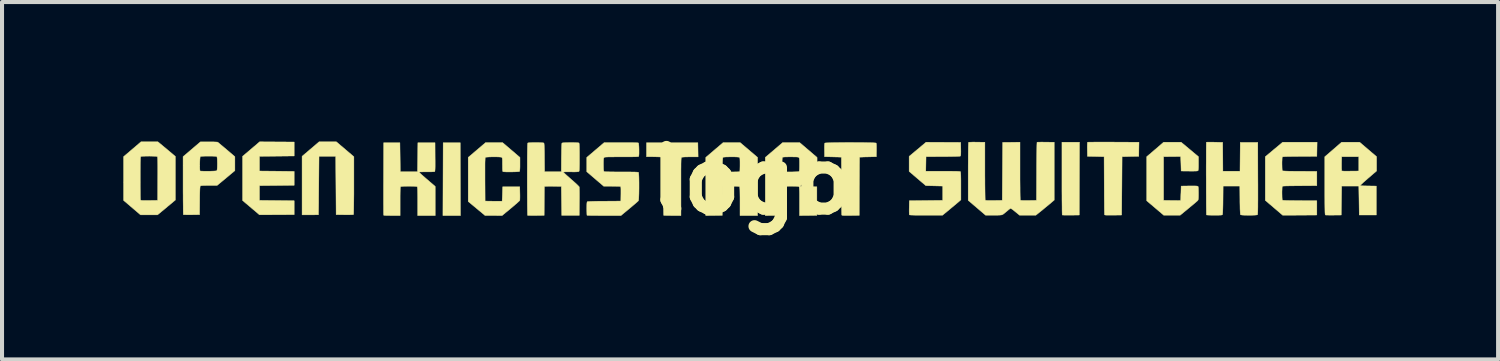
<source format=kicad_pcb>
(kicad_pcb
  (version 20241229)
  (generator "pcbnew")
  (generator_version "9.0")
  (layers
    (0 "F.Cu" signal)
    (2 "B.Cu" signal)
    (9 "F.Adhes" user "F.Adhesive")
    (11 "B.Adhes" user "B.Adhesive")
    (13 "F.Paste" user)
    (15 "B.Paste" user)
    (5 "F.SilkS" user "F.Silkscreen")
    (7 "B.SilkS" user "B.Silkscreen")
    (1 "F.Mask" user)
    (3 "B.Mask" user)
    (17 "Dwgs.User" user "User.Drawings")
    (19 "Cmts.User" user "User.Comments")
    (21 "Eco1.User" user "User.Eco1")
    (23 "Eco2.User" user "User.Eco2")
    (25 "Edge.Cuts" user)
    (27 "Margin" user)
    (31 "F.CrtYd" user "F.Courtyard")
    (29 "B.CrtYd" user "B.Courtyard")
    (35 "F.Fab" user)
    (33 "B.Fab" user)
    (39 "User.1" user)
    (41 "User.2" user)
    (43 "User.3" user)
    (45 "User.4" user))
  (footprint "logo"
    (layer "F.Cu")
    (at 15.531 1.418)
    (property "Reference" "logo" (at 0 0 0) (layer "F.SilkS") (effects (font (size 1.524 1.524) (thickness 0.3))))
    (attr through_hole)
    (fp_poly (pts (xy -7.199 -0.039) (xy -7.197 0.862) (xy -7.631 0.862) (xy -7.628 -0.039) (xy -7.625 -0.939) (xy -7.202 -0.939) (xy -7.199 -0.039)) (stroke (width 0.01) (type solid)) (fill yes) (layer "F.SilkS"))
    (fp_poly (pts (xy -11.308 -0.957) (xy -11.308 -0.612) (xy -12.166 -0.603) (xy -12.166 -0.24) (xy -11.737 -0.236) (xy -11.308 -0.231) (xy -11.308 0.113) (xy -11.737 0.118) (xy -12.166 0.122) (xy -12.166 0.485) (xy -11.308 0.494) (xy -11.308 0.839) (xy -11.737 0.841) (xy -12.166 0.843) (xy -12.375 0.666) (xy -12.584 0.489) (xy -12.584 -0.604) (xy -12.373 -0.783) (xy -12.163 -0.962) (xy -11.308 -0.957)) (stroke (width 0.01) (type solid)) (fill yes) (layer "F.SilkS"))
    (fp_poly (pts (xy 8.102 0.848) (xy 7.895 0.851) (xy 7.83 0.851) (xy 7.773 0.851) (xy 7.727 0.85) (xy 7.695 0.849) (xy 7.681 0.847) (xy 7.68 0.847) (xy 7.679 0.837) (xy 7.678 0.81) (xy 7.677 0.768) (xy 7.676 0.711) (xy 7.676 0.641) (xy 7.675 0.559) (xy 7.674 0.467) (xy 7.674 0.364) (xy 7.673 0.254) (xy 7.673 0.136) (xy 7.673 0.013) (xy 7.673 -0.056) (xy 7.673 -0.953) (xy 8.107 -0.953) (xy 8.102 0.848)) (stroke (width 0.01) (type solid)) (fill yes) (layer "F.SilkS"))
    (fp_poly (pts (xy 8.839 -0.955) (xy 8.947 -0.955) (xy 9.578 -0.952) (xy 9.575 -0.778) (xy 9.573 -0.603) (xy 9.366 -0.599) (xy 9.16 -0.594) (xy 9.155 0.127) (xy 9.149 0.848) (xy 8.94 0.851) (xy 8.865 0.851) (xy 8.808 0.851) (xy 8.768 0.85) (xy 8.742 0.848) (xy 8.729 0.844) (xy 8.726 0.842) (xy 8.725 0.831) (xy 8.724 0.803) (xy 8.723 0.761) (xy 8.722 0.704) (xy 8.721 0.635) (xy 8.721 0.554) (xy 8.72 0.464) (xy 8.719 0.366) (xy 8.719 0.26) (xy 8.718 0.149) (xy 8.718 0.118) (xy 8.715 -0.594) (xy 8.509 -0.599) (xy 8.303 -0.603) (xy 8.3 -0.775) (xy 8.299 -0.832) (xy 8.3 -0.881) (xy 8.301 -0.919) (xy 8.304 -0.943) (xy 8.307 -0.952) (xy 8.319 -0.953) (xy 8.35 -0.954) (xy 8.399 -0.954) (xy 8.463 -0.955) (xy 8.541 -0.955) (xy 8.631 -0.955) (xy 8.731 -0.955) (xy 8.839 -0.955)) (stroke (width 0.01) (type solid)) (fill yes) (layer "F.SilkS"))
    (fp_poly (pts (xy -10.048 -0.778) (xy -9.832 -0.594) (xy -9.832 0.113) (xy -9.832 0.225) (xy -9.832 0.332) (xy -9.833 0.432) (xy -9.834 0.524) (xy -9.835 0.607) (xy -9.836 0.679) (xy -9.837 0.739) (xy -9.838 0.785) (xy -9.839 0.817) (xy -9.84 0.832) (xy -9.841 0.833) (xy -9.849 0.837) (xy -9.868 0.84) (xy -9.9 0.841) (xy -9.947 0.842) (xy -10.012 0.842) (xy -10.06 0.842) (xy -10.271 0.839) (xy -10.276 0.118) (xy -10.282 -0.603) (xy -10.694 -0.603) (xy -10.7 0.118) (xy -10.701 0.231) (xy -10.702 0.338) (xy -10.703 0.439) (xy -10.703 0.531) (xy -10.704 0.614) (xy -10.705 0.687) (xy -10.706 0.747) (xy -10.707 0.793) (xy -10.707 0.825) (xy -10.708 0.84) (xy -10.708 0.841) (xy -10.719 0.842) (xy -10.747 0.843) (xy -10.791 0.843) (xy -10.845 0.844) (xy -10.908 0.844) (xy -10.911 0.844) (xy -11.113 0.844) (xy -11.113 -0.604) (xy -10.693 -0.962) (xy -10.265 -0.962) (xy -10.048 -0.778)) (stroke (width 0.01) (type solid)) (fill yes) (layer "F.SilkS"))
    (fp_poly (pts (xy -1.322 -0.59) (xy -1.514 -0.59) (xy -1.582 -0.589) (xy -1.641 -0.588) (xy -1.687 -0.585) (xy -1.716 -0.582) (xy -1.726 -0.58) (xy -1.73 -0.578) (xy -1.733 -0.575) (xy -1.736 -0.568) (xy -1.738 -0.558) (xy -1.74 -0.543) (xy -1.742 -0.522) (xy -1.743 -0.494) (xy -1.744 -0.457) (xy -1.745 -0.41) (xy -1.745 -0.352) (xy -1.746 -0.282) (xy -1.746 -0.198) (xy -1.746 -0.1) (xy -1.746 0.013) (xy -1.746 0.144) (xy -1.746 0.862) (xy -1.956 0.862) (xy -2.021 0.861) (xy -2.078 0.861) (xy -2.125 0.859) (xy -2.157 0.858) (xy -2.173 0.856) (xy -2.173 0.856) (xy -2.174 0.846) (xy -2.175 0.819) (xy -2.176 0.777) (xy -2.177 0.722) (xy -2.178 0.653) (xy -2.179 0.573) (xy -2.179 0.484) (xy -2.18 0.386) (xy -2.18 0.281) (xy -2.18 0.17) (xy -2.18 0.14) (xy -2.18 0.006) (xy -2.18 -0.111) (xy -2.181 -0.212) (xy -2.181 -0.298) (xy -2.182 -0.37) (xy -2.183 -0.43) (xy -2.184 -0.478) (xy -2.185 -0.515) (xy -2.187 -0.543) (xy -2.189 -0.562) (xy -2.191 -0.574) (xy -2.194 -0.579) (xy -2.194 -0.579) (xy -2.21 -0.583) (xy -2.246 -0.587) (xy -2.299 -0.589) (xy -2.368 -0.591) (xy -2.403 -0.592) (xy -2.598 -0.594) (xy -2.598 -0.939) (xy -1.328 -0.939) (xy -1.322 -0.59)) (stroke (width 0.01) (type solid)) (fill yes) (layer "F.SilkS"))
    (fp_poly (pts (xy 15.452 -0.595) (xy 15.452 -0.241) (xy 15.243 -0.062) (xy 15.174 -0.001) (xy 15.119 0.047) (xy 15.08 0.084) (xy 15.057 0.108) (xy 15.049 0.12) (xy 15.05 0.122) (xy 15.065 0.124) (xy 15.098 0.125) (xy 15.144 0.127) (xy 15.201 0.128) (xy 15.256 0.129) (xy 15.446 0.132) (xy 15.446 0.848) (xy 15.023 0.848) (xy 15.018 0.49) (xy 15.012 0.132) (xy 14.589 0.132) (xy 14.584 0.49) (xy 14.579 0.848) (xy 14.388 0.85) (xy 14.326 0.85) (xy 14.271 0.85) (xy 14.226 0.849) (xy 14.196 0.848) (xy 14.184 0.847) (xy 14.182 0.842) (xy 14.18 0.83) (xy 14.178 0.81) (xy 14.176 0.78) (xy 14.175 0.739) (xy 14.174 0.687) (xy 14.173 0.623) (xy 14.172 0.544) (xy 14.172 0.452) (xy 14.171 0.344) (xy 14.171 0.219) (xy 14.171 0.124) (xy 14.171 -0.325) (xy 14.586 -0.325) (xy 14.586 -0.286) (xy 14.587 -0.259) (xy 14.589 -0.247) (xy 14.595 -0.243) (xy 14.611 -0.24) (xy 14.639 -0.238) (xy 14.682 -0.237) (xy 14.742 -0.237) (xy 14.803 -0.238) (xy 15.012 -0.24) (xy 15.012 -0.594) (xy 14.589 -0.594) (xy 14.586 -0.427) (xy 14.586 -0.373) (xy 14.586 -0.325) (xy 14.171 -0.325) (xy 14.171 -0.593) (xy 14.38 -0.773) (xy 14.588 -0.953) (xy 15.032 -0.953) (xy 15.452 -0.595)) (stroke (width 0.01) (type solid)) (fill yes) (layer "F.SilkS"))
    (fp_poly (pts (xy 13.975 -0.603) (xy 13.553 -0.601) (xy 13.44 -0.6) (xy 13.348 -0.599) (xy 13.273 -0.598) (xy 13.216 -0.597) (xy 13.173 -0.595) (xy 13.144 -0.593) (xy 13.127 -0.59) (xy 13.121 -0.587) (xy 13.119 -0.575) (xy 13.116 -0.548) (xy 13.115 -0.508) (xy 13.113 -0.461) (xy 13.113 -0.417) (xy 13.114 -0.365) (xy 13.115 -0.318) (xy 13.117 -0.281) (xy 13.119 -0.256) (xy 13.121 -0.247) (xy 13.129 -0.244) (xy 13.147 -0.242) (xy 13.177 -0.24) (xy 13.221 -0.238) (xy 13.281 -0.236) (xy 13.357 -0.235) (xy 13.452 -0.234) (xy 13.553 -0.234) (xy 13.975 -0.231) (xy 13.975 0.122) (xy 13.553 0.125) (xy 13.44 0.126) (xy 13.348 0.127) (xy 13.273 0.128) (xy 13.216 0.129) (xy 13.173 0.131) (xy 13.144 0.133) (xy 13.127 0.136) (xy 13.121 0.138) (xy 13.119 0.151) (xy 13.116 0.178) (xy 13.115 0.217) (xy 13.113 0.265) (xy 13.113 0.308) (xy 13.114 0.361) (xy 13.115 0.407) (xy 13.117 0.444) (xy 13.119 0.469) (xy 13.121 0.478) (xy 13.129 0.481) (xy 13.147 0.484) (xy 13.177 0.486) (xy 13.221 0.488) (xy 13.281 0.489) (xy 13.357 0.49) (xy 13.452 0.491) (xy 13.553 0.492) (xy 13.975 0.494) (xy 13.975 0.848) (xy 13.553 0.851) (xy 13.13 0.853) (xy 12.7 0.486) (xy 12.7 -0.054) (xy 12.7 -0.594) (xy 12.914 -0.773) (xy 13.129 -0.952) (xy 13.555 -0.952) (xy 13.981 -0.953) (xy 13.975 -0.603)) (stroke (width 0.01) (type solid)) (fill yes) (layer "F.SilkS"))
    (fp_poly (pts (xy 5.17 -0.948) (xy 5.173 -0.784) (xy 5.174 -0.722) (xy 5.173 -0.677) (xy 5.172 -0.645) (xy 5.169 -0.624) (xy 5.164 -0.612) (xy 5.161 -0.609) (xy 5.149 -0.606) (xy 5.119 -0.604) (xy 5.072 -0.601) (xy 5.007 -0.6) (xy 4.923 -0.598) (xy 4.818 -0.597) (xy 4.73 -0.597) (xy 4.313 -0.594) (xy 4.31 -0.415) (xy 4.307 -0.236) (xy 4.728 -0.236) (xy 4.842 -0.236) (xy 4.936 -0.235) (xy 5.012 -0.234) (xy 5.071 -0.233) (xy 5.114 -0.231) (xy 5.142 -0.229) (xy 5.159 -0.227) (xy 5.163 -0.225) (xy 5.166 -0.217) (xy 5.169 -0.198) (xy 5.171 -0.168) (xy 5.173 -0.125) (xy 5.174 -0.068) (xy 5.175 0.004) (xy 5.175 0.093) (xy 5.175 0.13) (xy 5.175 0.473) (xy 5.12 0.521) (xy 5.095 0.542) (xy 5.059 0.573) (xy 5.013 0.611) (xy 4.962 0.653) (xy 4.909 0.698) (xy 4.893 0.711) (xy 4.721 0.853) (xy 4.313 0.853) (xy 4.205 0.853) (xy 4.116 0.852) (xy 4.045 0.852) (xy 3.991 0.85) (xy 3.95 0.849) (xy 3.923 0.847) (xy 3.907 0.845) (xy 3.9 0.842) (xy 3.899 0.841) (xy 3.898 0.829) (xy 3.897 0.801) (xy 3.896 0.762) (xy 3.896 0.713) (xy 3.897 0.662) (xy 3.9 0.494) (xy 4.725 0.485) (xy 4.725 0.132) (xy 4.517 0.127) (xy 4.308 0.122) (xy 4.101 -0.054) (xy 3.895 -0.231) (xy 3.895 -0.602) (xy 4.104 -0.777) (xy 4.313 -0.952) (xy 5.17 -0.948)) (stroke (width 0.01) (type solid)) (fill yes) (layer "F.SilkS"))
    (fp_poly (pts (xy -14.527 -0.838) (xy -14.475 -0.795) (xy -14.424 -0.752) (xy -14.376 -0.712) (xy -14.337 -0.679) (xy -14.311 -0.657) (xy -14.245 -0.601) (xy -14.245 0.477) (xy -14.38 0.59) (xy -14.432 0.633) (xy -14.486 0.679) (xy -14.537 0.721) (xy -14.582 0.758) (xy -14.601 0.774) (xy -14.687 0.844) (xy -15.107 0.844) (xy -15.526 0.486) (xy -15.526 -0.062) (xy -15.113 -0.062) (xy -15.113 0.034) (xy -15.113 0.125) (xy -15.112 0.209) (xy -15.111 0.284) (xy -15.111 0.35) (xy -15.11 0.403) (xy -15.109 0.443) (xy -15.107 0.468) (xy -15.106 0.476) (xy -15.102 0.481) (xy -15.092 0.484) (xy -15.074 0.487) (xy -15.045 0.488) (xy -15.002 0.489) (xy -14.942 0.488) (xy -14.892 0.488) (xy -14.684 0.485) (xy -14.682 -0.049) (xy -14.681 -0.171) (xy -14.681 -0.276) (xy -14.681 -0.365) (xy -14.682 -0.438) (xy -14.683 -0.496) (xy -14.684 -0.54) (xy -14.686 -0.571) (xy -14.689 -0.589) (xy -14.691 -0.595) (xy -14.706 -0.6) (xy -14.737 -0.604) (xy -14.782 -0.606) (xy -14.835 -0.608) (xy -14.892 -0.609) (xy -14.95 -0.608) (xy -15.004 -0.607) (xy -15.049 -0.605) (xy -15.083 -0.602) (xy -15.1 -0.597) (xy -15.1 -0.597) (xy -15.103 -0.59) (xy -15.106 -0.573) (xy -15.108 -0.546) (xy -15.109 -0.508) (xy -15.111 -0.457) (xy -15.112 -0.392) (xy -15.112 -0.312) (xy -15.113 -0.217) (xy -15.113 -0.105) (xy -15.113 -0.062) (xy -15.526 -0.062) (xy -15.526 -0.595) (xy -15.311 -0.778) (xy -15.096 -0.962) (xy -14.677 -0.962) (xy -14.527 -0.838)) (stroke (width 0.01) (type solid)) (fill yes) (layer "F.SilkS"))
    (fp_poly (pts (xy 10.404 -0.952) (xy 10.62 -0.952) (xy 10.835 -0.773) (xy 11.049 -0.594) (xy 11.049 -0.425) (xy 11.049 -0.363) (xy 11.048 -0.316) (xy 11.045 -0.283) (xy 11.042 -0.261) (xy 11.038 -0.249) (xy 11.034 -0.246) (xy 11.019 -0.242) (xy 10.987 -0.239) (xy 10.936 -0.238) (xy 10.866 -0.237) (xy 10.82 -0.238) (xy 10.62 -0.24) (xy 10.615 -0.417) (xy 10.613 -0.472) (xy 10.611 -0.52) (xy 10.609 -0.559) (xy 10.608 -0.585) (xy 10.607 -0.596) (xy 10.607 -0.597) (xy 10.596 -0.597) (xy 10.567 -0.598) (xy 10.524 -0.598) (xy 10.469 -0.597) (xy 10.406 -0.597) (xy 10.395 -0.597) (xy 10.186 -0.594) (xy 10.186 0.485) (xy 10.395 0.488) (xy 10.46 0.488) (xy 10.516 0.489) (xy 10.561 0.489) (xy 10.592 0.488) (xy 10.606 0.488) (xy 10.607 0.488) (xy 10.607 0.478) (xy 10.609 0.454) (xy 10.611 0.416) (xy 10.612 0.369) (xy 10.614 0.315) (xy 10.615 0.308) (xy 10.62 0.132) (xy 10.82 0.129) (xy 10.901 0.129) (xy 10.962 0.129) (xy 11.004 0.131) (xy 11.028 0.135) (xy 11.034 0.137) (xy 11.04 0.145) (xy 11.044 0.161) (xy 11.047 0.188) (xy 11.048 0.227) (xy 11.049 0.282) (xy 11.049 0.308) (xy 11.049 0.367) (xy 11.048 0.41) (xy 11.046 0.441) (xy 11.043 0.462) (xy 11.039 0.476) (xy 11.033 0.487) (xy 11.028 0.492) (xy 11.015 0.504) (xy 10.989 0.527) (xy 10.952 0.559) (xy 10.906 0.597) (xy 10.854 0.64) (xy 10.801 0.684) (xy 10.595 0.853) (xy 10.189 0.853) (xy 9.979 0.674) (xy 9.768 0.495) (xy 9.768 -0.594) (xy 9.978 -0.773) (xy 10.187 -0.953) (xy 10.404 -0.952)) (stroke (width 0.01) (type solid)) (fill yes) (layer "F.SilkS"))
    (fp_poly (pts (xy -8.689 -0.581) (xy -8.684 -0.222) (xy -8.26 -0.222) (xy -8.255 -0.581) (xy -8.25 -0.939) (xy -7.826 -0.939) (xy -7.824 -0.586) (xy -7.823 -0.492) (xy -7.823 -0.415) (xy -7.823 -0.354) (xy -7.824 -0.306) (xy -7.826 -0.271) (xy -7.828 -0.246) (xy -7.83 -0.232) (xy -7.834 -0.225) (xy -7.834 -0.225) (xy -7.849 -0.223) (xy -7.881 -0.221) (xy -7.926 -0.219) (xy -7.982 -0.219) (xy -8.031 -0.219) (xy -8.091 -0.219) (xy -8.143 -0.218) (xy -8.185 -0.217) (xy -8.212 -0.216) (xy -8.221 -0.214) (xy -8.215 -0.206) (xy -8.197 -0.188) (xy -8.167 -0.159) (xy -8.127 -0.124) (xy -8.08 -0.082) (xy -8.027 -0.036) (xy -8.024 -0.034) (xy -7.821 0.141) (xy -7.821 0.862) (xy -8.255 0.862) (xy -8.255 0.51) (xy -8.255 0.414) (xy -8.256 0.334) (xy -8.257 0.271) (xy -8.258 0.222) (xy -8.26 0.186) (xy -8.263 0.162) (xy -8.266 0.149) (xy -8.268 0.147) (xy -8.283 0.143) (xy -8.315 0.14) (xy -8.36 0.137) (xy -8.413 0.136) (xy -8.471 0.135) (xy -8.529 0.136) (xy -8.582 0.137) (xy -8.627 0.14) (xy -8.66 0.143) (xy -8.676 0.147) (xy -8.676 0.147) (xy -8.68 0.155) (xy -8.683 0.173) (xy -8.685 0.203) (xy -8.687 0.246) (xy -8.688 0.303) (xy -8.689 0.375) (xy -8.689 0.463) (xy -8.689 0.51) (xy -8.689 0.862) (xy -8.89 0.862) (xy -8.965 0.861) (xy -9.021 0.86) (xy -9.06 0.859) (xy -9.084 0.856) (xy -9.096 0.852) (xy -9.097 0.85) (xy -9.097 0.84) (xy -9.098 0.813) (xy -9.099 0.77) (xy -9.099 0.712) (xy -9.099 0.642) (xy -9.1 0.559) (xy -9.1 0.466) (xy -9.1 0.363) (xy -9.1 0.253) (xy -9.1 0.135) (xy -9.099 0.012) (xy -9.099 -0.05) (xy -9.096 -0.939) (xy -8.694 -0.939) (xy -8.689 -0.581)) (stroke (width 0.01) (type solid)) (fill yes) (layer "F.SilkS"))
    (fp_poly (pts (xy -0.067 -0.76) (xy 0.148 -0.577) (xy 0.148 0.862) (xy -0.286 0.862) (xy -0.286 0.51) (xy -0.286 0.414) (xy -0.287 0.334) (xy -0.288 0.271) (xy -0.289 0.222) (xy -0.291 0.186) (xy -0.294 0.162) (xy -0.297 0.149) (xy -0.298 0.147) (xy -0.314 0.143) (xy -0.346 0.139) (xy -0.391 0.137) (xy -0.444 0.136) (xy -0.502 0.135) (xy -0.559 0.136) (xy -0.613 0.137) (xy -0.658 0.14) (xy -0.691 0.143) (xy -0.707 0.148) (xy -0.708 0.148) (xy -0.711 0.16) (xy -0.714 0.187) (xy -0.717 0.23) (xy -0.719 0.29) (xy -0.721 0.367) (xy -0.722 0.462) (xy -0.722 0.509) (xy -0.725 0.857) (xy -0.929 0.86) (xy -1.132 0.862) (xy -1.132 -0.359) (xy -0.72 -0.359) (xy -0.72 -0.312) (xy -0.719 -0.272) (xy -0.717 -0.242) (xy -0.714 -0.226) (xy -0.713 -0.224) (xy -0.7 -0.222) (xy -0.67 -0.22) (xy -0.626 -0.219) (xy -0.57 -0.218) (xy -0.507 -0.218) (xy -0.502 -0.218) (xy -0.431 -0.218) (xy -0.377 -0.219) (xy -0.34 -0.22) (xy -0.315 -0.222) (xy -0.301 -0.225) (xy -0.294 -0.23) (xy -0.292 -0.232) (xy -0.29 -0.245) (xy -0.288 -0.274) (xy -0.287 -0.314) (xy -0.286 -0.362) (xy -0.286 -0.409) (xy -0.286 -0.467) (xy -0.287 -0.509) (xy -0.288 -0.539) (xy -0.291 -0.558) (xy -0.295 -0.57) (xy -0.3 -0.577) (xy -0.306 -0.58) (xy -0.325 -0.584) (xy -0.36 -0.587) (xy -0.406 -0.589) (xy -0.46 -0.59) (xy -0.518 -0.59) (xy -0.574 -0.589) (xy -0.626 -0.588) (xy -0.668 -0.585) (xy -0.697 -0.582) (xy -0.707 -0.579) (xy -0.711 -0.567) (xy -0.714 -0.54) (xy -0.717 -0.503) (xy -0.719 -0.458) (xy -0.72 -0.409) (xy -0.72 -0.359) (xy -1.132 -0.359) (xy -1.132 -0.577) (xy -0.918 -0.76) (xy -0.703 -0.943) (xy -0.283 -0.943) (xy -0.067 -0.76)) (stroke (width 0.01) (type solid)) (fill yes) (layer "F.SilkS"))
    (fp_poly (pts (xy 2.518 -0.945) (xy 2.617 -0.944) (xy 2.712 -0.944) (xy 2.802 -0.943) (xy 2.882 -0.941) (xy 2.952 -0.94) (xy 3.009 -0.938) (xy 3.05 -0.935) (xy 3.074 -0.933) (xy 3.079 -0.931) (xy 3.084 -0.918) (xy 3.087 -0.889) (xy 3.088 -0.845) (xy 3.088 -0.784) (xy 3.088 -0.756) (xy 3.085 -0.594) (xy 2.879 -0.589) (xy 2.815 -0.588) (xy 2.759 -0.586) (xy 2.714 -0.584) (xy 2.683 -0.583) (xy 2.67 -0.582) (xy 2.67 -0.582) (xy 2.669 -0.573) (xy 2.669 -0.547) (xy 2.668 -0.506) (xy 2.668 -0.451) (xy 2.667 -0.383) (xy 2.667 -0.303) (xy 2.666 -0.214) (xy 2.666 -0.116) (xy 2.665 -0.011) (xy 2.665 0.1) (xy 2.664 0.138) (xy 2.662 0.857) (xy 2.449 0.86) (xy 2.376 0.86) (xy 2.321 0.86) (xy 2.282 0.86) (xy 2.256 0.858) (xy 2.24 0.855) (xy 2.232 0.851) (xy 2.229 0.848) (xy 2.228 0.836) (xy 2.227 0.809) (xy 2.226 0.765) (xy 2.225 0.708) (xy 2.224 0.639) (xy 2.224 0.558) (xy 2.223 0.468) (xy 2.223 0.369) (xy 2.223 0.264) (xy 2.223 0.153) (xy 2.223 0.126) (xy 2.222 0.015) (xy 2.222 -0.091) (xy 2.222 -0.191) (xy 2.222 -0.282) (xy 2.222 -0.364) (xy 2.221 -0.435) (xy 2.221 -0.493) (xy 2.221 -0.538) (xy 2.22 -0.568) (xy 2.22 -0.582) (xy 2.22 -0.582) (xy 2.209 -0.583) (xy 2.18 -0.584) (xy 2.137 -0.586) (xy 2.082 -0.587) (xy 2.019 -0.589) (xy 2.011 -0.589) (xy 1.804 -0.594) (xy 1.802 -0.756) (xy 1.801 -0.824) (xy 1.802 -0.875) (xy 1.805 -0.909) (xy 1.809 -0.928) (xy 1.811 -0.931) (xy 1.824 -0.934) (xy 1.856 -0.936) (xy 1.905 -0.938) (xy 1.967 -0.94) (xy 2.042 -0.942) (xy 2.127 -0.943) (xy 2.219 -0.944) (xy 2.317 -0.945) (xy 2.417 -0.945) (xy 2.518 -0.945)) (stroke (width 0.01) (type solid)) (fill yes) (layer "F.SilkS"))
    (fp_poly (pts (xy -5.941 -0.76) (xy -5.726 -0.576) (xy -5.726 -0.408) (xy -5.726 -0.34) (xy -5.728 -0.29) (xy -5.731 -0.255) (xy -5.735 -0.235) (xy -5.738 -0.229) (xy -5.752 -0.225) (xy -5.783 -0.223) (xy -5.827 -0.22) (xy -5.879 -0.219) (xy -5.936 -0.217) (xy -5.994 -0.217) (xy -6.047 -0.217) (xy -6.093 -0.219) (xy -6.127 -0.221) (xy -6.143 -0.223) (xy -6.149 -0.227) (xy -6.153 -0.237) (xy -6.156 -0.254) (xy -6.158 -0.281) (xy -6.159 -0.32) (xy -6.159 -0.374) (xy -6.16 -0.4) (xy -6.16 -0.46) (xy -6.16 -0.504) (xy -6.162 -0.535) (xy -6.164 -0.556) (xy -6.168 -0.569) (xy -6.173 -0.576) (xy -6.18 -0.58) (xy -6.199 -0.584) (xy -6.234 -0.587) (xy -6.281 -0.589) (xy -6.335 -0.59) (xy -6.393 -0.59) (xy -6.449 -0.589) (xy -6.501 -0.587) (xy -6.543 -0.584) (xy -6.571 -0.581) (xy -6.582 -0.577) (xy -6.584 -0.569) (xy -6.587 -0.548) (xy -6.588 -0.516) (xy -6.59 -0.469) (xy -6.591 -0.409) (xy -6.591 -0.334) (xy -6.591 -0.243) (xy -6.591 -0.135) (xy -6.591 -0.031) (xy -6.588 0.503) (xy -6.379 0.506) (xy -6.315 0.507) (xy -6.259 0.507) (xy -6.213 0.507) (xy -6.182 0.507) (xy -6.168 0.506) (xy -6.168 0.506) (xy -6.167 0.497) (xy -6.166 0.472) (xy -6.164 0.435) (xy -6.162 0.388) (xy -6.16 0.334) (xy -6.16 0.327) (xy -6.154 0.15) (xy -5.731 0.15) (xy -5.728 0.308) (xy -5.727 0.361) (xy -5.727 0.409) (xy -5.728 0.448) (xy -5.729 0.475) (xy -5.73 0.486) (xy -5.739 0.497) (xy -5.761 0.518) (xy -5.795 0.549) (xy -5.838 0.586) (xy -5.888 0.629) (xy -5.944 0.676) (xy -5.952 0.683) (xy -6.169 0.862) (xy -6.379 0.861) (xy -6.588 0.861) (xy -7.006 0.513) (xy -7.006 -0.577) (xy -6.791 -0.76) (xy -6.576 -0.943) (xy -6.156 -0.943) (xy -5.941 -0.76)) (stroke (width 0.01) (type solid)) (fill yes) (layer "F.SilkS"))
    (fp_poly (pts (xy 11.383 -0.954) (xy 11.445 -0.953) (xy 11.447 -0.953) (xy 11.647 -0.948) (xy 11.65 -0.592) (xy 11.652 -0.236) (xy 12.075 -0.236) (xy 12.078 -0.592) (xy 12.081 -0.948) (xy 12.515 -0.948) (xy 12.517 -0.06) (xy 12.518 0.099) (xy 12.518 0.241) (xy 12.518 0.365) (xy 12.518 0.474) (xy 12.517 0.567) (xy 12.517 0.645) (xy 12.516 0.709) (xy 12.515 0.76) (xy 12.513 0.798) (xy 12.511 0.823) (xy 12.51 0.837) (xy 12.508 0.84) (xy 12.493 0.845) (xy 12.461 0.849) (xy 12.417 0.851) (xy 12.363 0.853) (xy 12.305 0.854) (xy 12.246 0.853) (xy 12.191 0.852) (xy 12.144 0.85) (xy 12.109 0.846) (xy 12.089 0.842) (xy 12.088 0.841) (xy 12.084 0.829) (xy 12.081 0.802) (xy 12.079 0.758) (xy 12.076 0.698) (xy 12.075 0.621) (xy 12.073 0.527) (xy 12.073 0.48) (xy 12.07 0.132) (xy 11.658 0.132) (xy 11.655 0.48) (xy 11.654 0.582) (xy 11.652 0.667) (xy 11.65 0.734) (xy 11.648 0.785) (xy 11.645 0.819) (xy 11.642 0.837) (xy 11.64 0.841) (xy 11.631 0.845) (xy 11.61 0.849) (xy 11.577 0.851) (xy 11.528 0.852) (xy 11.461 0.853) (xy 11.44 0.853) (xy 11.379 0.852) (xy 11.325 0.851) (xy 11.283 0.849) (xy 11.255 0.847) (xy 11.246 0.845) (xy 11.245 0.835) (xy 11.244 0.808) (xy 11.243 0.766) (xy 11.243 0.711) (xy 11.242 0.643) (xy 11.241 0.565) (xy 11.241 0.478) (xy 11.241 0.383) (xy 11.24 0.282) (xy 11.24 0.176) (xy 11.24 0.067) (xy 11.24 -0.043) (xy 11.239 -0.154) (xy 11.239 -0.263) (xy 11.239 -0.37) (xy 11.24 -0.472) (xy 11.24 -0.568) (xy 11.24 -0.657) (xy 11.24 -0.736) (xy 11.241 -0.806) (xy 11.241 -0.864) (xy 11.242 -0.908) (xy 11.243 -0.937) (xy 11.243 -0.95) (xy 11.244 -0.951) (xy 11.255 -0.953) (xy 11.284 -0.954) (xy 11.328 -0.954) (xy 11.383 -0.954)) (stroke (width 0.01) (type solid)) (fill yes) (layer "F.SilkS"))
    (fp_poly (pts (xy 1.404 -0.76) (xy 1.619 -0.576) (xy 1.619 -0.231) (xy 1.413 -0.054) (xy 1.359 -0.008) (xy 1.31 0.035) (xy 1.269 0.072) (xy 1.236 0.102) (xy 1.215 0.123) (xy 1.207 0.133) (xy 1.206 0.134) (xy 1.212 0.138) (xy 1.23 0.141) (xy 1.262 0.144) (xy 1.311 0.145) (xy 1.378 0.147) (xy 1.41 0.147) (xy 1.614 0.15) (xy 1.614 0.857) (xy 1.4 0.86) (xy 1.185 0.862) (xy 1.185 0.51) (xy 1.185 0.414) (xy 1.185 0.334) (xy 1.184 0.271) (xy 1.182 0.222) (xy 1.18 0.186) (xy 1.178 0.162) (xy 1.174 0.15) (xy 1.173 0.147) (xy 1.157 0.143) (xy 1.125 0.139) (xy 1.08 0.137) (xy 1.027 0.136) (xy 0.969 0.135) (xy 0.912 0.136) (xy 0.858 0.137) (xy 0.813 0.14) (xy 0.78 0.143) (xy 0.764 0.148) (xy 0.763 0.148) (xy 0.76 0.16) (xy 0.757 0.187) (xy 0.754 0.23) (xy 0.752 0.29) (xy 0.751 0.367) (xy 0.749 0.462) (xy 0.749 0.509) (xy 0.746 0.857) (xy 0.542 0.86) (xy 0.339 0.862) (xy 0.339 -0.359) (xy 0.751 -0.359) (xy 0.751 -0.312) (xy 0.752 -0.272) (xy 0.754 -0.242) (xy 0.757 -0.226) (xy 0.758 -0.224) (xy 0.772 -0.221) (xy 0.803 -0.219) (xy 0.847 -0.218) (xy 0.899 -0.217) (xy 0.957 -0.217) (xy 1.015 -0.218) (xy 1.069 -0.22) (xy 1.116 -0.222) (xy 1.151 -0.225) (xy 1.171 -0.228) (xy 1.173 -0.229) (xy 1.178 -0.24) (xy 1.182 -0.266) (xy 1.184 -0.306) (xy 1.185 -0.363) (xy 1.185 -0.4) (xy 1.185 -0.46) (xy 1.184 -0.504) (xy 1.182 -0.535) (xy 1.179 -0.556) (xy 1.174 -0.568) (xy 1.169 -0.575) (xy 1.159 -0.581) (xy 1.144 -0.584) (xy 1.118 -0.587) (xy 1.081 -0.589) (xy 1.028 -0.589) (xy 0.964 -0.59) (xy 0.887 -0.589) (xy 0.83 -0.588) (xy 0.791 -0.585) (xy 0.769 -0.581) (xy 0.764 -0.579) (xy 0.76 -0.567) (xy 0.757 -0.54) (xy 0.755 -0.503) (xy 0.753 -0.458) (xy 0.751 -0.409) (xy 0.751 -0.359) (xy 0.339 -0.359) (xy 0.339 -0.577) (xy 0.554 -0.76) (xy 0.768 -0.943) (xy 1.189 -0.943) (xy 1.404 -0.76)) (stroke (width 0.01) (type solid)) (fill yes) (layer "F.SilkS"))
    (fp_poly (pts (xy -13.42 -0.961) (xy -13.355 -0.961) (xy -13.297 -0.96) (xy -13.25 -0.958) (xy -13.216 -0.956) (xy -13.2 -0.954) (xy -13.199 -0.954) (xy -13.188 -0.945) (xy -13.164 -0.926) (xy -13.13 -0.897) (xy -13.087 -0.861) (xy -13.037 -0.819) (xy -12.982 -0.773) (xy -12.98 -0.771) (xy -12.774 -0.595) (xy -12.774 -0.249) (xy -12.888 -0.154) (xy -12.94 -0.11) (xy -12.999 -0.061) (xy -13.058 -0.012) (xy -13.108 0.029) (xy -13.109 0.03) (xy -13.216 0.118) (xy -13.417 0.118) (xy -13.491 0.118) (xy -13.547 0.119) (xy -13.587 0.121) (xy -13.612 0.124) (xy -13.626 0.128) (xy -13.63 0.13) (xy -13.633 0.142) (xy -13.636 0.169) (xy -13.639 0.212) (xy -13.641 0.272) (xy -13.643 0.349) (xy -13.644 0.444) (xy -13.644 0.491) (xy -13.647 0.839) (xy -13.844 0.842) (xy -13.906 0.842) (xy -13.961 0.842) (xy -14.005 0.841) (xy -14.035 0.84) (xy -14.047 0.838) (xy -14.049 0.828) (xy -14.05 0.801) (xy -14.051 0.759) (xy -14.052 0.703) (xy -14.052 0.635) (xy -14.053 0.555) (xy -14.054 0.465) (xy -14.054 0.367) (xy -14.055 0.262) (xy -14.055 0.151) (xy -14.055 0.118) (xy -14.055 -0.377) (xy -13.643 -0.377) (xy -13.642 -0.33) (xy -13.641 -0.29) (xy -13.639 -0.26) (xy -13.636 -0.244) (xy -13.635 -0.242) (xy -13.621 -0.239) (xy -13.59 -0.237) (xy -13.547 -0.236) (xy -13.494 -0.235) (xy -13.437 -0.236) (xy -13.379 -0.236) (xy -13.324 -0.238) (xy -13.277 -0.24) (xy -13.242 -0.243) (xy -13.223 -0.246) (xy -13.221 -0.247) (xy -13.216 -0.26) (xy -13.212 -0.287) (xy -13.209 -0.326) (xy -13.208 -0.372) (xy -13.207 -0.421) (xy -13.208 -0.47) (xy -13.209 -0.516) (xy -13.212 -0.555) (xy -13.216 -0.583) (xy -13.221 -0.597) (xy -13.221 -0.597) (xy -13.236 -0.601) (xy -13.268 -0.604) (xy -13.313 -0.607) (xy -13.366 -0.608) (xy -13.424 -0.608) (xy -13.482 -0.608) (xy -13.535 -0.607) (xy -13.58 -0.604) (xy -13.613 -0.601) (xy -13.629 -0.597) (xy -13.629 -0.597) (xy -13.633 -0.585) (xy -13.636 -0.559) (xy -13.639 -0.521) (xy -13.641 -0.476) (xy -13.642 -0.427) (xy -13.643 -0.377) (xy -14.055 -0.377) (xy -14.055 -0.596) (xy -13.84 -0.779) (xy -13.626 -0.961) (xy -13.42 -0.961)) (stroke (width 0.01) (type solid)) (fill yes) (layer "F.SilkS"))
    (fp_poly (pts (xy 7.267 -0.954) (xy 7.275 -0.954) (xy 7.482 -0.952) (xy 7.482 0.479) (xy 7.332 0.606) (xy 7.279 0.649) (xy 7.226 0.693) (xy 7.176 0.735) (xy 7.133 0.769) (xy 7.104 0.792) (xy 7.028 0.853) (xy 6.625 0.853) (xy 6.519 0.766) (xy 6.476 0.731) (xy 6.444 0.707) (xy 6.422 0.693) (xy 6.407 0.687) (xy 6.396 0.688) (xy 6.395 0.688) (xy 6.38 0.698) (xy 6.354 0.718) (xy 6.323 0.745) (xy 6.302 0.762) (xy 6.267 0.791) (xy 6.235 0.817) (xy 6.209 0.835) (xy 6.2 0.84) (xy 6.183 0.845) (xy 6.157 0.848) (xy 6.118 0.851) (xy 6.063 0.852) (xy 5.991 0.853) (xy 5.978 0.853) (xy 5.785 0.853) (xy 5.57 0.669) (xy 5.355 0.486) (xy 5.355 -0.227) (xy 5.355 -0.359) (xy 5.356 -0.48) (xy 5.356 -0.589) (xy 5.357 -0.686) (xy 5.358 -0.768) (xy 5.359 -0.836) (xy 5.361 -0.889) (xy 5.362 -0.925) (xy 5.364 -0.945) (xy 5.365 -0.948) (xy 5.379 -0.951) (xy 5.411 -0.953) (xy 5.458 -0.955) (xy 5.518 -0.955) (xy 5.572 -0.954) (xy 5.768 -0.952) (xy 5.768 -0.242) (xy 5.768 -0.13) (xy 5.769 -0.023) (xy 5.769 0.077) (xy 5.77 0.169) (xy 5.771 0.252) (xy 5.772 0.324) (xy 5.773 0.385) (xy 5.774 0.431) (xy 5.775 0.463) (xy 5.776 0.478) (xy 5.777 0.479) (xy 5.785 0.483) (xy 5.804 0.486) (xy 5.836 0.488) (xy 5.884 0.488) (xy 5.95 0.488) (xy 5.991 0.488) (xy 6.197 0.485) (xy 6.202 -0.231) (xy 6.207 -0.948) (xy 6.421 -0.95) (xy 6.636 -0.953) (xy 6.636 -0.243) (xy 6.636 -0.131) (xy 6.636 -0.024) (xy 6.637 0.076) (xy 6.638 0.169) (xy 6.638 0.252) (xy 6.639 0.324) (xy 6.64 0.384) (xy 6.642 0.431) (xy 6.643 0.462) (xy 6.644 0.478) (xy 6.645 0.479) (xy 6.653 0.483) (xy 6.672 0.486) (xy 6.705 0.488) (xy 6.754 0.488) (xy 6.82 0.488) (xy 6.848 0.488) (xy 7.043 0.485) (xy 7.046 -0.231) (xy 7.046 -0.349) (xy 7.047 -0.461) (xy 7.048 -0.564) (xy 7.049 -0.658) (xy 7.051 -0.741) (xy 7.052 -0.812) (xy 7.053 -0.87) (xy 7.055 -0.913) (xy 7.056 -0.941) (xy 7.058 -0.952) (xy 7.058 -0.952) (xy 7.071 -0.953) (xy 7.102 -0.954) (xy 7.147 -0.955) (xy 7.203 -0.955) (xy 7.267 -0.954)) (stroke (width 0.01) (type solid)) (fill yes) (layer "F.SilkS"))
    (fp_poly (pts (xy -4.426 -0.944) (xy -4.371 -0.943) (xy -4.324 -0.941) (xy -4.289 -0.938) (xy -4.269 -0.934) (xy -4.267 -0.933) (xy -4.264 -0.924) (xy -4.261 -0.906) (xy -4.259 -0.876) (xy -4.257 -0.833) (xy -4.256 -0.775) (xy -4.255 -0.703) (xy -4.255 -0.614) (xy -4.255 -0.58) (xy -4.255 -0.49) (xy -4.255 -0.417) (xy -4.256 -0.358) (xy -4.257 -0.313) (xy -4.258 -0.279) (xy -4.261 -0.255) (xy -4.263 -0.24) (xy -4.267 -0.231) (xy -4.27 -0.227) (xy -4.284 -0.223) (xy -4.314 -0.22) (xy -4.36 -0.218) (xy -4.425 -0.218) (xy -4.466 -0.219) (xy -4.525 -0.219) (xy -4.578 -0.219) (xy -4.619 -0.218) (xy -4.645 -0.216) (xy -4.653 -0.215) (xy -4.648 -0.207) (xy -4.63 -0.188) (xy -4.6 -0.16) (xy -4.561 -0.124) (xy -4.514 -0.083) (xy -4.464 -0.038) (xy -4.408 0.01) (xy -4.358 0.055) (xy -4.317 0.093) (xy -4.286 0.124) (xy -4.266 0.145) (xy -4.26 0.154) (xy -4.259 0.168) (xy -4.258 0.198) (xy -4.257 0.242) (xy -4.256 0.297) (xy -4.256 0.362) (xy -4.256 0.435) (xy -4.257 0.512) (xy -4.257 0.517) (xy -4.26 0.857) (xy -4.694 0.857) (xy -4.699 0.499) (xy -4.704 0.141) (xy -4.889 0.138) (xy -4.952 0.137) (xy -5.008 0.137) (xy -5.054 0.138) (xy -5.086 0.139) (xy -5.098 0.14) (xy -5.122 0.145) (xy -5.125 0.501) (xy -5.128 0.857) (xy -5.329 0.86) (xy -5.393 0.86) (xy -5.449 0.86) (xy -5.494 0.859) (xy -5.525 0.858) (xy -5.538 0.856) (xy -5.538 0.856) (xy -5.539 0.846) (xy -5.54 0.82) (xy -5.541 0.777) (xy -5.542 0.72) (xy -5.543 0.651) (xy -5.544 0.569) (xy -5.544 0.476) (xy -5.545 0.374) (xy -5.545 0.264) (xy -5.546 0.147) (xy -5.546 0.024) (xy -5.546 -0.036) (xy -5.546 -0.191) (xy -5.545 -0.328) (xy -5.545 -0.449) (xy -5.545 -0.554) (xy -5.544 -0.645) (xy -5.543 -0.721) (xy -5.542 -0.784) (xy -5.541 -0.835) (xy -5.54 -0.874) (xy -5.538 -0.903) (xy -5.536 -0.922) (xy -5.534 -0.931) (xy -5.533 -0.933) (xy -5.517 -0.937) (xy -5.485 -0.94) (xy -5.44 -0.943) (xy -5.387 -0.944) (xy -5.331 -0.944) (xy -5.274 -0.944) (xy -5.222 -0.942) (xy -5.178 -0.939) (xy -5.147 -0.936) (xy -5.134 -0.931) (xy -5.131 -0.92) (xy -5.128 -0.892) (xy -5.125 -0.849) (xy -5.123 -0.789) (xy -5.121 -0.712) (xy -5.12 -0.618) (xy -5.12 -0.571) (xy -5.117 -0.222) (xy -4.704 -0.222) (xy -4.702 -0.571) (xy -4.7 -0.673) (xy -4.699 -0.758) (xy -4.697 -0.825) (xy -4.695 -0.876) (xy -4.692 -0.91) (xy -4.689 -0.928) (xy -4.687 -0.931) (xy -4.672 -0.936) (xy -4.641 -0.939) (xy -4.596 -0.942) (xy -4.543 -0.943) (xy -4.485 -0.944) (xy -4.426 -0.944)) (stroke (width 0.01) (type solid)) (fill yes) (layer "F.SilkS"))
    (fp_poly (pts (xy -3.113 -0.943) (xy -3.019 -0.943) (xy -2.944 -0.942) (xy -2.886 -0.941) (xy -2.844 -0.939) (xy -2.815 -0.937) (xy -2.8 -0.934) (xy -2.796 -0.933) (xy -2.792 -0.92) (xy -2.789 -0.894) (xy -2.786 -0.857) (xy -2.784 -0.812) (xy -2.783 -0.764) (xy -2.783 -0.717) (xy -2.783 -0.673) (xy -2.785 -0.637) (xy -2.788 -0.612) (xy -2.79 -0.604) (xy -2.793 -0.6) (xy -2.801 -0.597) (xy -2.816 -0.595) (xy -2.839 -0.593) (xy -2.873 -0.592) (xy -2.919 -0.591) (xy -2.979 -0.59) (xy -3.056 -0.59) (xy -3.15 -0.59) (xy -3.212 -0.59) (xy -3.319 -0.59) (xy -3.406 -0.589) (xy -3.476 -0.589) (xy -3.53 -0.588) (xy -3.571 -0.587) (xy -3.601 -0.585) (xy -3.622 -0.583) (xy -3.635 -0.58) (xy -3.643 -0.577) (xy -3.645 -0.575) (xy -3.651 -0.567) (xy -3.656 -0.554) (xy -3.659 -0.532) (xy -3.661 -0.5) (xy -3.662 -0.454) (xy -3.662 -0.4) (xy -3.661 -0.334) (xy -3.66 -0.285) (xy -3.656 -0.252) (xy -3.652 -0.233) (xy -3.649 -0.229) (xy -3.64 -0.226) (xy -3.618 -0.223) (xy -3.584 -0.221) (xy -3.534 -0.22) (xy -3.468 -0.219) (xy -3.384 -0.218) (xy -3.282 -0.218) (xy -3.223 -0.218) (xy -3.11 -0.218) (xy -3.017 -0.217) (xy -2.942 -0.216) (xy -2.885 -0.215) (xy -2.843 -0.213) (xy -2.815 -0.211) (xy -2.799 -0.208) (xy -2.796 -0.207) (xy -2.793 -0.195) (xy -2.79 -0.167) (xy -2.787 -0.127) (xy -2.785 -0.075) (xy -2.784 -0.015) (xy -2.783 0.05) (xy -2.783 0.119) (xy -2.783 0.189) (xy -2.784 0.257) (xy -2.785 0.322) (xy -2.787 0.379) (xy -2.789 0.428) (xy -2.792 0.465) (xy -2.795 0.489) (xy -2.797 0.495) (xy -2.808 0.506) (xy -2.832 0.528) (xy -2.867 0.559) (xy -2.911 0.596) (xy -2.962 0.639) (xy -3.017 0.686) (xy -3.02 0.688) (xy -3.23 0.862) (xy -3.645 0.862) (xy -3.737 0.862) (xy -3.822 0.861) (xy -3.898 0.861) (xy -3.963 0.86) (xy -4.014 0.859) (xy -4.049 0.857) (xy -4.066 0.856) (xy -4.068 0.856) (xy -4.07 0.845) (xy -4.072 0.819) (xy -4.073 0.782) (xy -4.074 0.735) (xy -4.075 0.689) (xy -4.074 0.627) (xy -4.073 0.582) (xy -4.071 0.55) (xy -4.067 0.53) (xy -4.062 0.52) (xy -4.06 0.518) (xy -4.047 0.515) (xy -4.015 0.513) (xy -3.965 0.511) (xy -3.895 0.509) (xy -3.805 0.507) (xy -3.695 0.506) (xy -3.64 0.506) (xy -3.233 0.503) (xy -3.23 0.327) (xy -3.23 0.263) (xy -3.23 0.214) (xy -3.231 0.18) (xy -3.234 0.158) (xy -3.238 0.146) (xy -3.241 0.144) (xy -3.255 0.141) (xy -3.287 0.139) (xy -3.333 0.138) (xy -3.39 0.137) (xy -3.454 0.136) (xy -3.455 0.136) (xy -3.656 0.136) (xy -3.865 -0.043) (xy -4.075 -0.223) (xy -4.075 -0.399) (xy -4.075 -0.576) (xy -3.859 -0.76) (xy -3.644 -0.943) (xy -3.226 -0.943) (xy -3.113 -0.943)) (stroke (width 0.01) (type solid)) (fill yes) (layer "F.SilkS")))
  (gr_rect
    (start -3 -3)
    (end 33.987 5.836)
    (stroke (width 0.1) (type default))
    (fill no)
    (layer "Edge.Cuts")))
</source>
